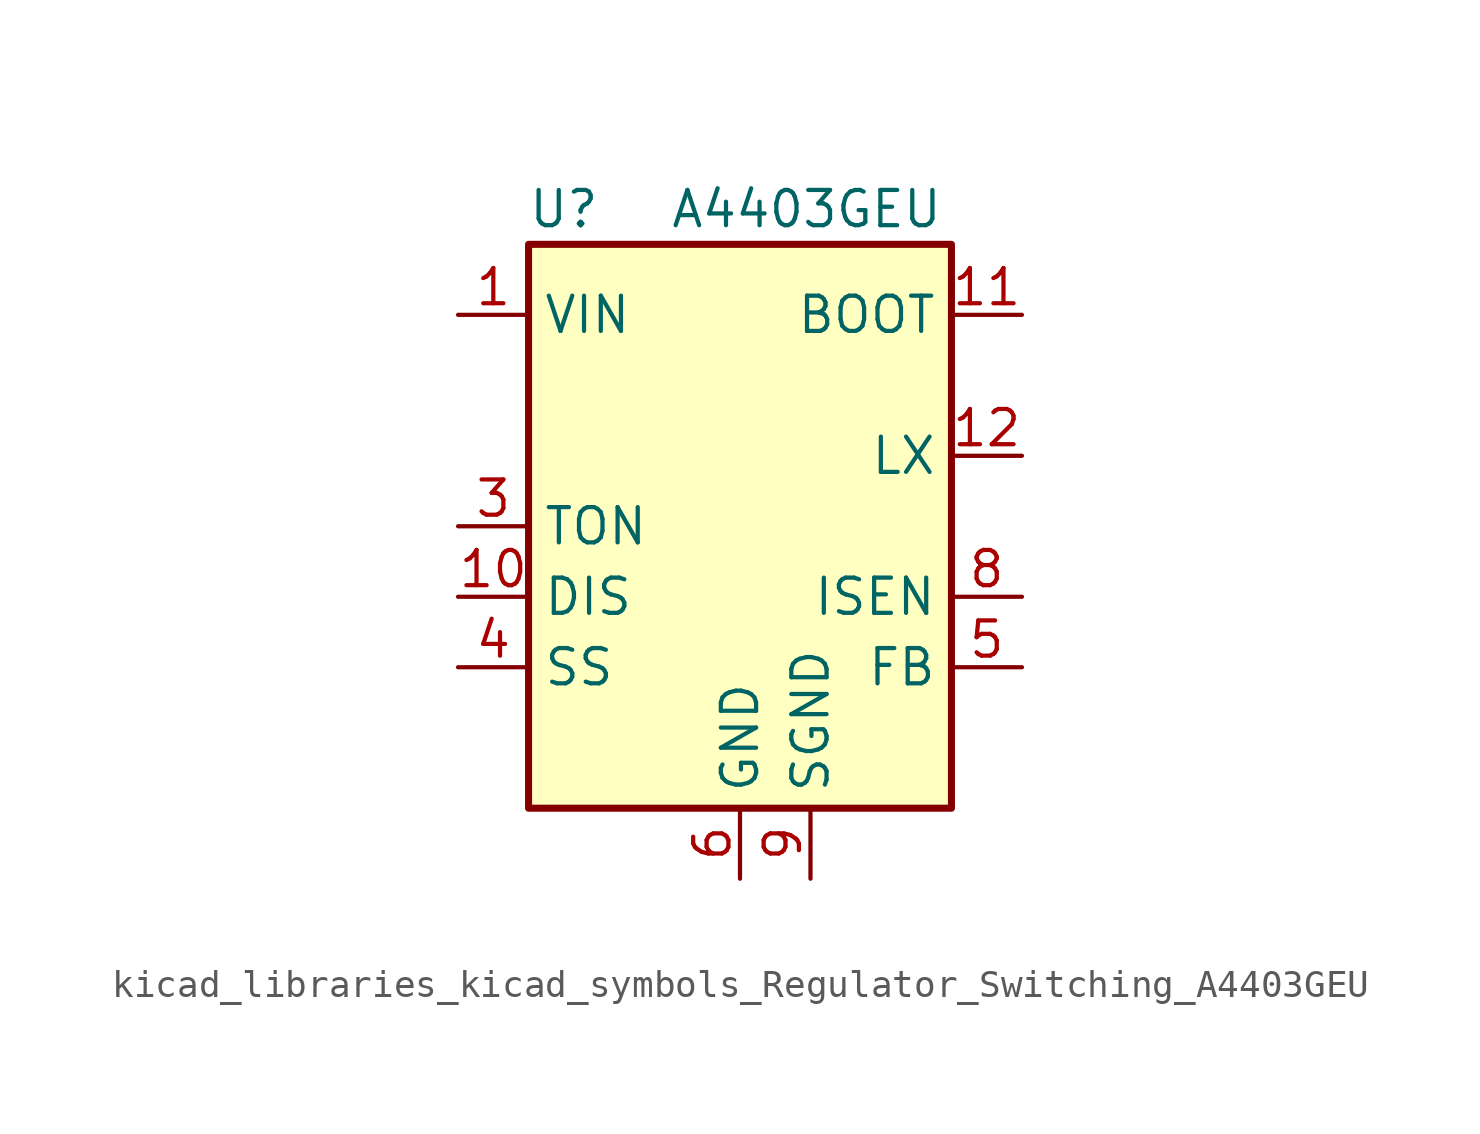
<source format=kicad_sym>
(kicad_symbol_lib
  (version 20220914)
  (generator kicad_symbol_editor)
  (symbol "kicad_libraries_kicad_symbols_Regulator_Switching_A4403GEU"
    (property "Reference" "U"
      (at -6.35 11.43 0)
      (effects (font (size 1.27 1.27))))
    (property "Value" "A4403GEU"
      (at -2.54 11.43 0)
      (effects (font (size 1.27 1.27)) (justify left)))
    (symbol "kicad_libraries_kicad_symbols_Regulator_Switching_A4403GEU_0_1"
      (rectangle (start -7.62 10.16) (end 7.62 -10.16) (stroke (width 0.254) (type default)) (fill (type background))))
    (symbol "kicad_libraries_kicad_symbols_Regulator_Switching_A4403GEU_1_1"
      (pin power_in line (at -10.16 7.62 0) (length 2.54) (name "VIN" (effects (font (size 1.27 1.27)))) (number "1" (effects (font (size 1.27 1.27)))))
      (pin input line (at -10.16 -2.54 0) (length 2.54) (name "DIS" (effects (font (size 1.27 1.27)))) (number "10" (effects (font (size 1.27 1.27)))))
      (pin passive line (at 10.16 7.62 180) (length 2.54) (name "BOOT" (effects (font (size 1.27 1.27)))) (number "11" (effects (font (size 1.27 1.27)))))
      (pin passive line (at 10.16 2.54 180) (length 2.54) (name "LX" (effects (font (size 1.27 1.27)))) (number "12" (effects (font (size 1.27 1.27)))))
      (pin passive line (at 0 -12.7 90) (length 2.54) hide (name "GND" (effects (font (size 1.27 1.27)))) (number "13" (effects (font (size 1.27 1.27)))))
      (pin passive line (at 0 -12.7 90) (length 2.54) hide (name "GND" (effects (font (size 1.27 1.27)))) (number "14" (effects (font (size 1.27 1.27)))))
      (pin passive line (at 0 -12.7 90) (length 2.54) hide (name "GND" (effects (font (size 1.27 1.27)))) (number "15" (effects (font (size 1.27 1.27)))))
      (pin passive line (at 0 -12.7 90) (length 2.54) hide (name "GND" (effects (font (size 1.27 1.27)))) (number "16" (effects (font (size 1.27 1.27)))))
      (pin passive line (at 0 -12.7 90) (length 2.54) hide (name "GND" (effects (font (size 1.27 1.27)))) (number "17" (effects (font (size 1.27 1.27)))))
      (pin passive line (at 0 -12.7 90) (length 2.54) hide (name "GND" (effects (font (size 1.27 1.27)))) (number "2" (effects (font (size 1.27 1.27)))))
      (pin passive line (at -10.16 0 0) (length 2.54) (name "TON" (effects (font (size 1.27 1.27)))) (number "3" (effects (font (size 1.27 1.27)))))
      (pin passive line (at -10.16 -5.08 0) (length 2.54) (name "SS" (effects (font (size 1.27 1.27)))) (number "4" (effects (font (size 1.27 1.27)))))
      (pin passive line (at 10.16 -5.08 180) (length 2.54) (name "FB" (effects (font (size 1.27 1.27)))) (number "5" (effects (font (size 1.27 1.27)))))
      (pin power_in line (at 0 -12.7 90) (length 2.54) (name "GND" (effects (font (size 1.27 1.27)))) (number "6" (effects (font (size 1.27 1.27)))))
      (pin passive line (at 0 -12.7 90) (length 2.54) hide (name "GND" (effects (font (size 1.27 1.27)))) (number "7" (effects (font (size 1.27 1.27)))))
      (pin passive line (at 10.16 -2.54 180) (length 2.54) (name "ISEN" (effects (font (size 1.27 1.27)))) (number "8" (effects (font (size 1.27 1.27)))))
      (pin passive line (at 2.54 -12.7 90) (length 2.54) (name "SGND" (effects (font (size 1.27 1.27)))) (number "9" (effects (font (size 1.27 1.27))))))))
</source>
